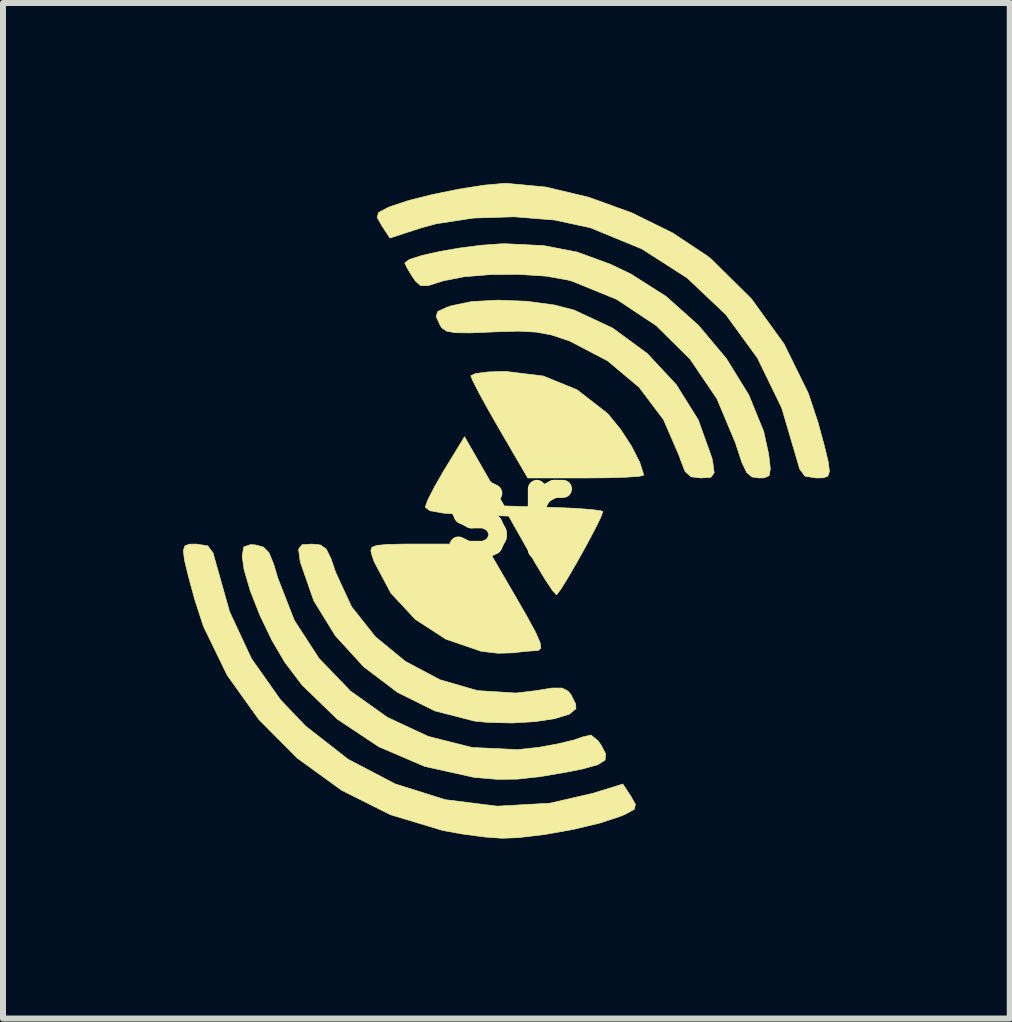
<source format=kicad_pcb>
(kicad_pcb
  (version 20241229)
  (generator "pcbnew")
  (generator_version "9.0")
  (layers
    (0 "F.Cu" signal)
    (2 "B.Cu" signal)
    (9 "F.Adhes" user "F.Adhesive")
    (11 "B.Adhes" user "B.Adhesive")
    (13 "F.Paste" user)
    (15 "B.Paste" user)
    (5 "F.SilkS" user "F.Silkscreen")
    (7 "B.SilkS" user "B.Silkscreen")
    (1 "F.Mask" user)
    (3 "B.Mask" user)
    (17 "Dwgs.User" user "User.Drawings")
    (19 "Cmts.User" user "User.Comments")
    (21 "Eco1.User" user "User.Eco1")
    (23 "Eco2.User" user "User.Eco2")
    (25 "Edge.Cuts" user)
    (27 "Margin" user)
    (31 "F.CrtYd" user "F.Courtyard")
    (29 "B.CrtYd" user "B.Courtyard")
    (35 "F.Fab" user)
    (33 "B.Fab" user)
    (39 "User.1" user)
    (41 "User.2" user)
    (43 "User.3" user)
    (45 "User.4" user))
  (footprint "sr"
    (layer "F.Cu")
    (at 5.389 5.424)
    (property "Reference" "sr" (at 0 0 0) (layer "F.SilkS") (effects (font (size 1.524 1.524) (thickness 0.3))))
    (attr through_hole)
    (fp_poly (pts (xy -0.021 -2.285) (xy 0.615 -2.208) (xy 1.178 -1.978) (xy 1.672 -1.595) (xy 1.71 -1.555) (xy 1.903 -1.319) (xy 2.084 -1.041) (xy 2.221 -0.774) (xy 2.285 -0.574) (xy 2.286 -0.553) (xy 2.207 -0.535) (xy 1.992 -0.521) (xy 1.675 -0.511) (xy 1.321 -0.508) (xy 0.357 -0.508) (xy -0.118 -1.323) (xy -0.309 -1.657) (xy -0.463 -1.939) (xy -0.563 -2.136) (xy -0.593 -2.212) (xy -0.515 -2.249) (xy -0.312 -2.275) (xy -0.027 -2.285) (xy -0.021 -2.285)) (stroke (width 0.01) (type solid)) (fill yes) (layer "F.SilkS"))
    (fp_poly (pts (xy 0.118 1.408) (xy 0.343 1.799) (xy 0.489 2.068) (xy 0.563 2.237) (xy 0.574 2.329) (xy 0.531 2.366) (xy 0.476 2.371) (xy 0.309 2.382) (xy 0.116 2.406) (xy -0.142 2.413) (xy -0.422 2.38) (xy -0.423 2.379) (xy -1.009 2.178) (xy -1.519 1.847) (xy -1.925 1.41) (xy -2.202 0.89) (xy -2.239 0.783) (xy -2.259 0.701) (xy -2.241 0.647) (xy -2.158 0.615) (xy -1.983 0.599) (xy -1.689 0.593) (xy -1.327 0.593) (xy -0.357 0.593) (xy 0.118 1.408)) (stroke (width 0.01) (type solid)) (fill yes) (layer "F.SilkS"))
    (fp_poly (pts (xy -0.366 -0.619) (xy -0.035 -0.042) (xy 0.787 -0.018) (xy 1.137 -0.003) (xy 1.412 0.017) (xy 1.578 0.039) (xy 1.609 0.052) (xy 1.57 0.155) (xy 1.471 0.356) (xy 1.332 0.616) (xy 1.177 0.895) (xy 1.028 1.151) (xy 0.908 1.345) (xy 0.839 1.436) (xy 0.834 1.438) (xy 0.771 1.37) (xy 0.648 1.186) (xy 0.488 0.921) (xy 0.409 0.783) (xy 0.039 0.127) (xy -0.658 0.102) (xy -1.047 0.078) (xy -1.276 0.037) (xy -1.352 -0.022) (xy -1.352 -0.025) (xy -1.309 -0.143) (xy -1.198 -0.36) (xy -1.042 -0.631) (xy -1.023 -0.662) (xy -0.697 -1.196) (xy -0.366 -0.619)) (stroke (width 0.01) (type solid)) (fill yes) (layer "F.SilkS"))
    (fp_poly (pts (xy -3.098 0.608) (xy -3.001 0.678) (xy -2.92 0.843) (xy -2.846 1.062) (xy -2.58 1.637) (xy -2.182 2.139) (xy -1.681 2.55) (xy -1.105 2.855) (xy -0.482 3.035) (xy 0.161 3.076) (xy 0.486 3.037) (xy 0.765 2.992) (xy 0.929 2.993) (xy 1.027 3.043) (xy 1.076 3.101) (xy 1.154 3.256) (xy 1.16 3.337) (xy 1.048 3.429) (xy 0.807 3.503) (xy 0.474 3.553) (xy 0.089 3.575) (xy -0.311 3.565) (xy -0.533 3.543) (xy -1.191 3.374) (xy -1.814 3.065) (xy -2.376 2.64) (xy -2.85 2.122) (xy -3.21 1.537) (xy -3.429 0.908) (xy -3.439 0.863) (xy -3.463 0.678) (xy -3.407 0.605) (xy -3.243 0.593) (xy -3.098 0.608)) (stroke (width 0.01) (type solid)) (fill yes) (layer "F.SilkS"))
    (fp_poly (pts (xy 0.339 -3.453) (xy 0.797 -3.392) (xy 1.128 -3.307) (xy 1.772 -3.006) (xy 2.348 -2.583) (xy 2.832 -2.063) (xy 3.199 -1.475) (xy 3.424 -0.845) (xy 3.439 -0.778) (xy 3.463 -0.593) (xy 3.407 -0.52) (xy 3.241 -0.508) (xy 3.077 -0.528) (xy 2.978 -0.617) (xy 2.899 -0.82) (xy 2.884 -0.868) (xy 2.619 -1.48) (xy 2.213 -2.019) (xy 1.686 -2.461) (xy 1.06 -2.788) (xy 1.029 -2.8) (xy 0.758 -2.89) (xy 0.5 -2.939) (xy 0.197 -2.955) (xy -0.211 -2.943) (xy -0.236 -2.941) (xy -0.611 -2.926) (xy -0.853 -2.929) (xy -0.995 -2.955) (xy -1.074 -3.008) (xy -1.104 -3.054) (xy -1.171 -3.2) (xy -1.144 -3.282) (xy -0.994 -3.352) (xy -0.919 -3.378) (xy -0.58 -3.448) (xy -0.14 -3.472) (xy 0.339 -3.453)) (stroke (width 0.01) (type solid)) (fill yes) (layer "F.SilkS"))
    (fp_poly (pts (xy -4.976 0.623) (xy -4.886 0.744) (xy -4.865 0.826) (xy -4.612 1.722) (xy -4.248 2.503) (xy -3.762 3.191) (xy -3.348 3.625) (xy -2.637 4.18) (xy -1.854 4.59) (xy -1.019 4.853) (xy -0.153 4.961) (xy 0.722 4.912) (xy 1.441 4.747) (xy 1.941 4.592) (xy 2.075 4.796) (xy 2.151 4.931) (xy 2.132 5.013) (xy 1.99 5.092) (xy 1.896 5.132) (xy 1.555 5.244) (xy 1.113 5.349) (xy 0.638 5.434) (xy 0.196 5.486) (xy -0.071 5.496) (xy -0.365 5.475) (xy -0.737 5.425) (xy -1.058 5.367) (xy -1.932 5.104) (xy -2.747 4.696) (xy -3.485 4.161) (xy -4.126 3.516) (xy -4.653 2.779) (xy -5.047 1.968) (xy -5.192 1.524) (xy -5.301 1.123) (xy -5.365 0.858) (xy -5.384 0.7) (xy -5.357 0.622) (xy -5.283 0.595) (xy -5.168 0.593) (xy -4.976 0.623)) (stroke (width 0.01) (type solid)) (fill yes) (layer "F.SilkS"))
    (fp_poly (pts (xy -4.178 0.608) (xy -4.048 0.643) (xy -3.957 0.736) (xy -3.878 0.927) (xy -3.812 1.152) (xy -3.534 1.864) (xy -3.122 2.499) (xy -2.598 3.043) (xy -1.983 3.481) (xy -1.3 3.799) (xy -0.57 3.983) (xy 0.185 4.019) (xy 0.544 3.98) (xy 0.861 3.922) (xy 1.127 3.858) (xy 1.279 3.805) (xy 1.411 3.776) (xy 1.529 3.873) (xy 1.578 3.943) (xy 1.656 4.09) (xy 1.645 4.193) (xy 1.525 4.27) (xy 1.274 4.34) (xy 1.026 4.39) (xy 0.552 4.471) (xy 0.179 4.511) (xy -0.157 4.514) (xy -0.518 4.483) (xy -0.55 4.479) (xy -1.361 4.299) (xy -2.126 3.971) (xy -2.817 3.512) (xy -3.407 2.941) (xy -3.695 2.559) (xy -3.908 2.196) (xy -4.105 1.786) (xy -4.266 1.378) (xy -4.371 1.021) (xy -4.403 0.795) (xy -4.377 0.641) (xy -4.263 0.602) (xy -4.178 0.608)) (stroke (width 0.01) (type solid)) (fill yes) (layer "F.SilkS"))
    (fp_poly (pts (xy 0.657 -5.357) (xy 1.372 -5.187) (xy 2.093 -4.926) (xy 2.769 -4.593) (xy 3.348 -4.209) (xy 3.423 -4.148) (xy 4.085 -3.493) (xy 4.628 -2.742) (xy 5.031 -1.923) (xy 5.192 -1.439) (xy 5.301 -1.038) (xy 5.365 -0.773) (xy 5.384 -0.615) (xy 5.357 -0.537) (xy 5.283 -0.511) (xy 5.168 -0.508) (xy 4.976 -0.538) (xy 4.886 -0.66) (xy 4.864 -0.741) (xy 4.589 -1.675) (xy 4.184 -2.508) (xy 3.656 -3.233) (xy 3.013 -3.841) (xy 2.261 -4.324) (xy 1.408 -4.675) (xy 1.397 -4.679) (xy 0.803 -4.807) (xy 0.132 -4.861) (xy -0.548 -4.84) (xy -1.173 -4.744) (xy -1.415 -4.678) (xy -1.941 -4.507) (xy -2.075 -4.712) (xy -2.154 -4.852) (xy -2.128 -4.934) (xy -1.975 -5.014) (xy -1.93 -5.033) (xy -1.632 -5.132) (xy -1.229 -5.233) (xy -0.786 -5.323) (xy -0.366 -5.389) (xy -0.035 -5.418) (xy 0 -5.419) (xy 0.657 -5.357)) (stroke (width 0.01) (type solid)) (fill yes) (layer "F.SilkS"))
    (fp_poly (pts (xy 0.62 -4.381) (xy 1.18 -4.273) (xy 1.736 -4.07) (xy 2.074 -3.908) (xy 2.661 -3.535) (xy 3.201 -3.053) (xy 3.669 -2.495) (xy 4.04 -1.893) (xy 4.289 -1.282) (xy 4.372 -0.901) (xy 4.399 -0.663) (xy 4.381 -0.548) (xy 4.3 -0.511) (xy 4.211 -0.508) (xy 4.093 -0.525) (xy 4.006 -0.598) (xy 3.926 -0.764) (xy 3.83 -1.055) (xy 3.819 -1.09) (xy 3.509 -1.828) (xy 3.063 -2.487) (xy 2.499 -3.046) (xy 1.838 -3.485) (xy 1.101 -3.786) (xy 1.022 -3.808) (xy 0.66 -3.872) (xy 0.211 -3.901) (xy -0.264 -3.898) (xy -0.704 -3.862) (xy -1.046 -3.795) (xy -1.081 -3.784) (xy -1.304 -3.714) (xy -1.429 -3.713) (xy -1.516 -3.79) (xy -1.564 -3.86) (xy -1.658 -4.015) (xy -1.693 -4.092) (xy -1.616 -4.15) (xy -1.409 -4.216) (xy -1.115 -4.282) (xy -0.771 -4.342) (xy -0.419 -4.387) (xy -0.097 -4.41) (xy -0.018 -4.412) (xy 0.62 -4.381)) (stroke (width 0.01) (type solid)) (fill yes) (layer "F.SilkS")))
  (gr_rect
    (start -3 -3)
    (end 13.778 13.925)
    (stroke (width 0.1) (type default))
    (fill no)
    (layer "Edge.Cuts")))
</source>
